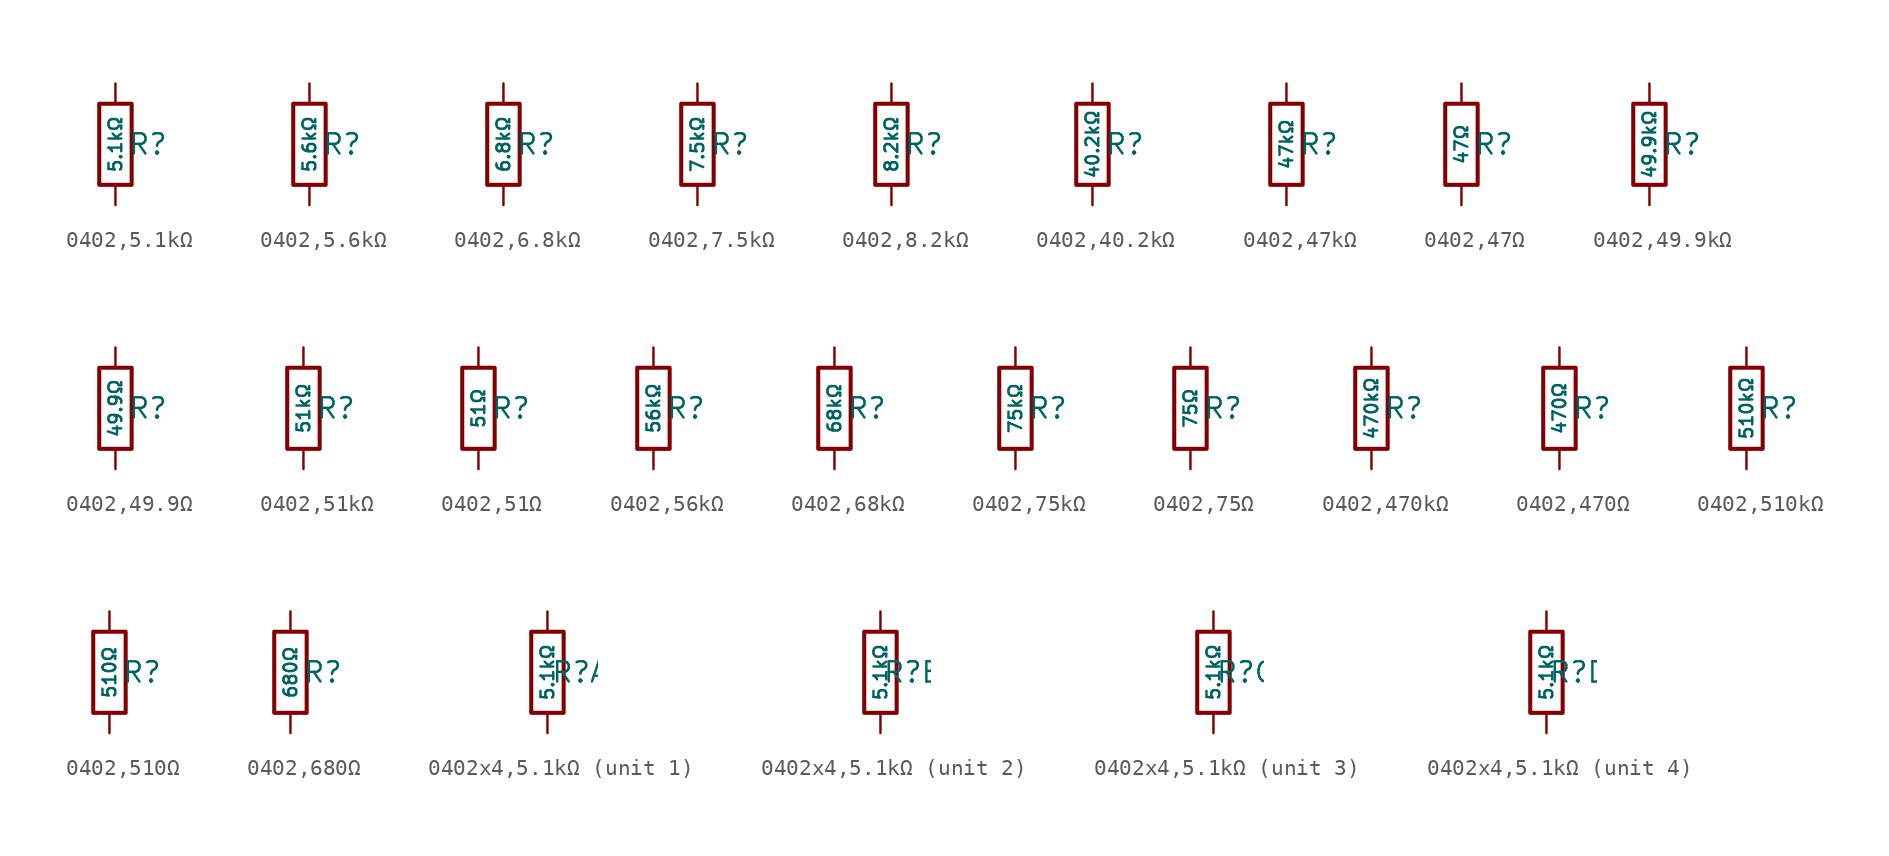
<source format=kicad_sym>
(kicad_symbol_lib
  (version 20231120)
  (generator "CDFER")
  (generator_version "8.0")
  (symbol "0402,5.1kΩ"
    (pin_numbers hide)
    (pin_names
      (offset 0))
    (property "Reference" "R"
      (at 2.032 0 0)
      (effects (font (size 1.27 1.27)) (hide no)))
    (property "Value" "5.1kΩ"
      (at 0 0 90)
      (do_not_autoplace)
      (effects (font (size 0.8 0.8)) (hide no)))
    (symbol "0402,5.1kΩ_0_1"
      (rectangle (start -1.016 2.54) (end 1.016 -2.54) (stroke (width 0.254) (type default)) (fill (type none))))
    (symbol "0402,5.1kΩ_1_1"
      (pin passive line (at 0 3.81 270) (length 1.27) (name "~" (effects (font (size 1.27 1.27)))) (number "1" (effects (font (size 1.27 1.27)))))
      (pin passive line (at 0 -3.81 90) (length 1.27) (name "~" (effects (font (size 1.27 1.27)))) (number "2" (effects (font (size 1.27 1.27)))))))
  (symbol "0402,5.6kΩ"
    (pin_numbers hide)
    (pin_names
      (offset 0))
    (property "Reference" "R"
      (at 2.032 0 0)
      (effects (font (size 1.27 1.27)) (hide no)))
    (property "Value" "5.6kΩ"
      (at 0 0 90)
      (do_not_autoplace)
      (effects (font (size 0.8 0.8)) (hide no)))
    (symbol "0402,5.6kΩ_0_1"
      (rectangle (start -1.016 2.54) (end 1.016 -2.54) (stroke (width 0.254) (type default)) (fill (type none))))
    (symbol "0402,5.6kΩ_1_1"
      (pin passive line (at 0 3.81 270) (length 1.27) (name "~" (effects (font (size 1.27 1.27)))) (number "1" (effects (font (size 1.27 1.27)))))
      (pin passive line (at 0 -3.81 90) (length 1.27) (name "~" (effects (font (size 1.27 1.27)))) (number "2" (effects (font (size 1.27 1.27)))))))
  (symbol "0402,6.8kΩ"
    (pin_numbers hide)
    (pin_names
      (offset 0))
    (property "Reference" "R"
      (at 2.032 0 0)
      (effects (font (size 1.27 1.27)) (hide no)))
    (property "Value" "6.8kΩ"
      (at 0 0 90)
      (do_not_autoplace)
      (effects (font (size 0.8 0.8)) (hide no)))
    (symbol "0402,6.8kΩ_0_1"
      (rectangle (start -1.016 2.54) (end 1.016 -2.54) (stroke (width 0.254) (type default)) (fill (type none))))
    (symbol "0402,6.8kΩ_1_1"
      (pin passive line (at 0 3.81 270) (length 1.27) (name "~" (effects (font (size 1.27 1.27)))) (number "1" (effects (font (size 1.27 1.27)))))
      (pin passive line (at 0 -3.81 90) (length 1.27) (name "~" (effects (font (size 1.27 1.27)))) (number "2" (effects (font (size 1.27 1.27)))))))
  (symbol "0402,7.5kΩ"
    (pin_numbers hide)
    (pin_names
      (offset 0))
    (property "Reference" "R"
      (at 2.032 0 0)
      (effects (font (size 1.27 1.27)) (hide no)))
    (property "Value" "7.5kΩ"
      (at 0 0 90)
      (do_not_autoplace)
      (effects (font (size 0.8 0.8)) (hide no)))
    (symbol "0402,7.5kΩ_0_1"
      (rectangle (start -1.016 2.54) (end 1.016 -2.54) (stroke (width 0.254) (type default)) (fill (type none))))
    (symbol "0402,7.5kΩ_1_1"
      (pin passive line (at 0 3.81 270) (length 1.27) (name "~" (effects (font (size 1.27 1.27)))) (number "1" (effects (font (size 1.27 1.27)))))
      (pin passive line (at 0 -3.81 90) (length 1.27) (name "~" (effects (font (size 1.27 1.27)))) (number "2" (effects (font (size 1.27 1.27)))))))
  (symbol "0402,8.2kΩ"
    (pin_numbers hide)
    (pin_names
      (offset 0))
    (property "Reference" "R"
      (at 2.032 0 0)
      (effects (font (size 1.27 1.27)) (hide no)))
    (property "Value" "8.2kΩ"
      (at 0 0 90)
      (do_not_autoplace)
      (effects (font (size 0.8 0.8)) (hide no)))
    (symbol "0402,8.2kΩ_0_1"
      (rectangle (start -1.016 2.54) (end 1.016 -2.54) (stroke (width 0.254) (type default)) (fill (type none))))
    (symbol "0402,8.2kΩ_1_1"
      (pin passive line (at 0 3.81 270) (length 1.27) (name "~" (effects (font (size 1.27 1.27)))) (number "1" (effects (font (size 1.27 1.27)))))
      (pin passive line (at 0 -3.81 90) (length 1.27) (name "~" (effects (font (size 1.27 1.27)))) (number "2" (effects (font (size 1.27 1.27)))))))
  (symbol "0402,40.2kΩ"
    (pin_numbers hide)
    (pin_names
      (offset 0))
    (property "Reference" "R"
      (at 2.032 0 0)
      (effects (font (size 1.27 1.27)) (hide no)))
    (property "Value" "40.2kΩ"
      (at 0 0 90)
      (do_not_autoplace)
      (effects (font (size 0.8 0.8)) (hide no)))
    (symbol "0402,40.2kΩ_0_1"
      (rectangle (start -1.016 2.54) (end 1.016 -2.54) (stroke (width 0.254) (type default)) (fill (type none))))
    (symbol "0402,40.2kΩ_1_1"
      (pin passive line (at 0 3.81 270) (length 1.27) (name "~" (effects (font (size 1.27 1.27)))) (number "1" (effects (font (size 1.27 1.27)))))
      (pin passive line (at 0 -3.81 90) (length 1.27) (name "~" (effects (font (size 1.27 1.27)))) (number "2" (effects (font (size 1.27 1.27)))))))
  (symbol "0402,47kΩ"
    (pin_numbers hide)
    (pin_names
      (offset 0))
    (property "Reference" "R"
      (at 2.032 0 0)
      (effects (font (size 1.27 1.27)) (hide no)))
    (property "Value" "47kΩ"
      (at 0 0 90)
      (do_not_autoplace)
      (effects (font (size 0.8 0.8)) (hide no)))
    (symbol "0402,47kΩ_0_1"
      (rectangle (start -1.016 2.54) (end 1.016 -2.54) (stroke (width 0.254) (type default)) (fill (type none))))
    (symbol "0402,47kΩ_1_1"
      (pin passive line (at 0 3.81 270) (length 1.27) (name "~" (effects (font (size 1.27 1.27)))) (number "1" (effects (font (size 1.27 1.27)))))
      (pin passive line (at 0 -3.81 90) (length 1.27) (name "~" (effects (font (size 1.27 1.27)))) (number "2" (effects (font (size 1.27 1.27)))))))
  (symbol "0402,47Ω"
    (pin_numbers hide)
    (pin_names
      (offset 0))
    (property "Reference" "R"
      (at 2.032 0 0)
      (effects (font (size 1.27 1.27)) (hide no)))
    (property "Value" "47Ω"
      (at 0 0 90)
      (do_not_autoplace)
      (effects (font (size 0.8 0.8)) (hide no)))
    (symbol "0402,47Ω_0_1"
      (rectangle (start -1.016 2.54) (end 1.016 -2.54) (stroke (width 0.254) (type default)) (fill (type none))))
    (symbol "0402,47Ω_1_1"
      (pin passive line (at 0 3.81 270) (length 1.27) (name "~" (effects (font (size 1.27 1.27)))) (number "1" (effects (font (size 1.27 1.27)))))
      (pin passive line (at 0 -3.81 90) (length 1.27) (name "~" (effects (font (size 1.27 1.27)))) (number "2" (effects (font (size 1.27 1.27)))))))
  (symbol "0402,49.9kΩ"
    (pin_numbers hide)
    (pin_names
      (offset 0))
    (property "Reference" "R"
      (at 2.032 0 0)
      (effects (font (size 1.27 1.27)) (hide no)))
    (property "Value" "49.9kΩ"
      (at 0 0 90)
      (do_not_autoplace)
      (effects (font (size 0.8 0.8)) (hide no)))
    (symbol "0402,49.9kΩ_0_1"
      (rectangle (start -1.016 2.54) (end 1.016 -2.54) (stroke (width 0.254) (type default)) (fill (type none))))
    (symbol "0402,49.9kΩ_1_1"
      (pin passive line (at 0 3.81 270) (length 1.27) (name "~" (effects (font (size 1.27 1.27)))) (number "1" (effects (font (size 1.27 1.27)))))
      (pin passive line (at 0 -3.81 90) (length 1.27) (name "~" (effects (font (size 1.27 1.27)))) (number "2" (effects (font (size 1.27 1.27)))))))
  (symbol "0402,49.9Ω"
    (pin_numbers hide)
    (pin_names
      (offset 0))
    (property "Reference" "R"
      (at 2.032 0 0)
      (effects (font (size 1.27 1.27)) (hide no)))
    (property "Value" "49.9Ω"
      (at 0 0 90)
      (do_not_autoplace)
      (effects (font (size 0.8 0.8)) (hide no)))
    (symbol "0402,49.9Ω_0_1"
      (rectangle (start -1.016 2.54) (end 1.016 -2.54) (stroke (width 0.254) (type default)) (fill (type none))))
    (symbol "0402,49.9Ω_1_1"
      (pin passive line (at 0 3.81 270) (length 1.27) (name "~" (effects (font (size 1.27 1.27)))) (number "1" (effects (font (size 1.27 1.27)))))
      (pin passive line (at 0 -3.81 90) (length 1.27) (name "~" (effects (font (size 1.27 1.27)))) (number "2" (effects (font (size 1.27 1.27)))))))
  (symbol "0402,51kΩ"
    (pin_numbers hide)
    (pin_names
      (offset 0))
    (property "Reference" "R"
      (at 2.032 0 0)
      (effects (font (size 1.27 1.27)) (hide no)))
    (property "Value" "51kΩ"
      (at 0 0 90)
      (do_not_autoplace)
      (effects (font (size 0.8 0.8)) (hide no)))
    (symbol "0402,51kΩ_0_1"
      (rectangle (start -1.016 2.54) (end 1.016 -2.54) (stroke (width 0.254) (type default)) (fill (type none))))
    (symbol "0402,51kΩ_1_1"
      (pin passive line (at 0 3.81 270) (length 1.27) (name "~" (effects (font (size 1.27 1.27)))) (number "1" (effects (font (size 1.27 1.27)))))
      (pin passive line (at 0 -3.81 90) (length 1.27) (name "~" (effects (font (size 1.27 1.27)))) (number "2" (effects (font (size 1.27 1.27)))))))
  (symbol "0402,51Ω"
    (pin_numbers hide)
    (pin_names
      (offset 0))
    (property "Reference" "R"
      (at 2.032 0 0)
      (effects (font (size 1.27 1.27)) (hide no)))
    (property "Value" "51Ω"
      (at 0 0 90)
      (do_not_autoplace)
      (effects (font (size 0.8 0.8)) (hide no)))
    (symbol "0402,51Ω_0_1"
      (rectangle (start -1.016 2.54) (end 1.016 -2.54) (stroke (width 0.254) (type default)) (fill (type none))))
    (symbol "0402,51Ω_1_1"
      (pin passive line (at 0 3.81 270) (length 1.27) (name "~" (effects (font (size 1.27 1.27)))) (number "1" (effects (font (size 1.27 1.27)))))
      (pin passive line (at 0 -3.81 90) (length 1.27) (name "~" (effects (font (size 1.27 1.27)))) (number "2" (effects (font (size 1.27 1.27)))))))
  (symbol "0402,56kΩ"
    (pin_numbers hide)
    (pin_names
      (offset 0))
    (property "Reference" "R"
      (at 2.032 0 0)
      (effects (font (size 1.27 1.27)) (hide no)))
    (property "Value" "56kΩ"
      (at 0 0 90)
      (do_not_autoplace)
      (effects (font (size 0.8 0.8)) (hide no)))
    (symbol "0402,56kΩ_0_1"
      (rectangle (start -1.016 2.54) (end 1.016 -2.54) (stroke (width 0.254) (type default)) (fill (type none))))
    (symbol "0402,56kΩ_1_1"
      (pin passive line (at 0 3.81 270) (length 1.27) (name "~" (effects (font (size 1.27 1.27)))) (number "1" (effects (font (size 1.27 1.27)))))
      (pin passive line (at 0 -3.81 90) (length 1.27) (name "~" (effects (font (size 1.27 1.27)))) (number "2" (effects (font (size 1.27 1.27)))))))
  (symbol "0402,68kΩ"
    (pin_numbers hide)
    (pin_names
      (offset 0))
    (property "Reference" "R"
      (at 2.032 0 0)
      (effects (font (size 1.27 1.27)) (hide no)))
    (property "Value" "68kΩ"
      (at 0 0 90)
      (do_not_autoplace)
      (effects (font (size 0.8 0.8)) (hide no)))
    (symbol "0402,68kΩ_0_1"
      (rectangle (start -1.016 2.54) (end 1.016 -2.54) (stroke (width 0.254) (type default)) (fill (type none))))
    (symbol "0402,68kΩ_1_1"
      (pin passive line (at 0 3.81 270) (length 1.27) (name "~" (effects (font (size 1.27 1.27)))) (number "1" (effects (font (size 1.27 1.27)))))
      (pin passive line (at 0 -3.81 90) (length 1.27) (name "~" (effects (font (size 1.27 1.27)))) (number "2" (effects (font (size 1.27 1.27)))))))
  (symbol "0402,75kΩ"
    (pin_numbers hide)
    (pin_names
      (offset 0))
    (property "Reference" "R"
      (at 2.032 0 0)
      (effects (font (size 1.27 1.27)) (hide no)))
    (property "Value" "75kΩ"
      (at 0 0 90)
      (do_not_autoplace)
      (effects (font (size 0.8 0.8)) (hide no)))
    (symbol "0402,75kΩ_0_1"
      (rectangle (start -1.016 2.54) (end 1.016 -2.54) (stroke (width 0.254) (type default)) (fill (type none))))
    (symbol "0402,75kΩ_1_1"
      (pin passive line (at 0 3.81 270) (length 1.27) (name "~" (effects (font (size 1.27 1.27)))) (number "1" (effects (font (size 1.27 1.27)))))
      (pin passive line (at 0 -3.81 90) (length 1.27) (name "~" (effects (font (size 1.27 1.27)))) (number "2" (effects (font (size 1.27 1.27)))))))
  (symbol "0402,75Ω"
    (pin_numbers hide)
    (pin_names
      (offset 0))
    (property "Reference" "R"
      (at 2.032 0 0)
      (effects (font (size 1.27 1.27)) (hide no)))
    (property "Value" "75Ω"
      (at 0 0 90)
      (do_not_autoplace)
      (effects (font (size 0.8 0.8)) (hide no)))
    (symbol "0402,75Ω_0_1"
      (rectangle (start -1.016 2.54) (end 1.016 -2.54) (stroke (width 0.254) (type default)) (fill (type none))))
    (symbol "0402,75Ω_1_1"
      (pin passive line (at 0 3.81 270) (length 1.27) (name "~" (effects (font (size 1.27 1.27)))) (number "1" (effects (font (size 1.27 1.27)))))
      (pin passive line (at 0 -3.81 90) (length 1.27) (name "~" (effects (font (size 1.27 1.27)))) (number "2" (effects (font (size 1.27 1.27)))))))
  (symbol "0402,470kΩ"
    (pin_numbers hide)
    (pin_names
      (offset 0))
    (property "Reference" "R"
      (at 2.032 0 0)
      (effects (font (size 1.27 1.27)) (hide no)))
    (property "Value" "470kΩ"
      (at 0 0 90)
      (do_not_autoplace)
      (effects (font (size 0.8 0.8)) (hide no)))
    (symbol "0402,470kΩ_0_1"
      (rectangle (start -1.016 2.54) (end 1.016 -2.54) (stroke (width 0.254) (type default)) (fill (type none))))
    (symbol "0402,470kΩ_1_1"
      (pin passive line (at 0 3.81 270) (length 1.27) (name "~" (effects (font (size 1.27 1.27)))) (number "1" (effects (font (size 1.27 1.27)))))
      (pin passive line (at 0 -3.81 90) (length 1.27) (name "~" (effects (font (size 1.27 1.27)))) (number "2" (effects (font (size 1.27 1.27)))))))
  (symbol "0402,470Ω"
    (pin_numbers hide)
    (pin_names
      (offset 0))
    (property "Reference" "R"
      (at 2.032 0 0)
      (effects (font (size 1.27 1.27)) (hide no)))
    (property "Value" "470Ω"
      (at 0 0 90)
      (do_not_autoplace)
      (effects (font (size 0.8 0.8)) (hide no)))
    (symbol "0402,470Ω_0_1"
      (rectangle (start -1.016 2.54) (end 1.016 -2.54) (stroke (width 0.254) (type default)) (fill (type none))))
    (symbol "0402,470Ω_1_1"
      (pin passive line (at 0 3.81 270) (length 1.27) (name "~" (effects (font (size 1.27 1.27)))) (number "1" (effects (font (size 1.27 1.27)))))
      (pin passive line (at 0 -3.81 90) (length 1.27) (name "~" (effects (font (size 1.27 1.27)))) (number "2" (effects (font (size 1.27 1.27)))))))
  (symbol "0402,510kΩ"
    (pin_numbers hide)
    (pin_names
      (offset 0))
    (property "Reference" "R"
      (at 2.032 0 0)
      (effects (font (size 1.27 1.27)) (hide no)))
    (property "Value" "510kΩ"
      (at 0 0 90)
      (do_not_autoplace)
      (effects (font (size 0.8 0.8)) (hide no)))
    (symbol "0402,510kΩ_0_1"
      (rectangle (start -1.016 2.54) (end 1.016 -2.54) (stroke (width 0.254) (type default)) (fill (type none))))
    (symbol "0402,510kΩ_1_1"
      (pin passive line (at 0 3.81 270) (length 1.27) (name "~" (effects (font (size 1.27 1.27)))) (number "1" (effects (font (size 1.27 1.27)))))
      (pin passive line (at 0 -3.81 90) (length 1.27) (name "~" (effects (font (size 1.27 1.27)))) (number "2" (effects (font (size 1.27 1.27)))))))
  (symbol "0402,510Ω"
    (pin_numbers hide)
    (pin_names
      (offset 0))
    (property "Reference" "R"
      (at 2.032 0 0)
      (effects (font (size 1.27 1.27)) (hide no)))
    (property "Value" "510Ω"
      (at 0 0 90)
      (do_not_autoplace)
      (effects (font (size 0.8 0.8)) (hide no)))
    (symbol "0402,510Ω_0_1"
      (rectangle (start -1.016 2.54) (end 1.016 -2.54) (stroke (width 0.254) (type default)) (fill (type none))))
    (symbol "0402,510Ω_1_1"
      (pin passive line (at 0 3.81 270) (length 1.27) (name "~" (effects (font (size 1.27 1.27)))) (number "1" (effects (font (size 1.27 1.27)))))
      (pin passive line (at 0 -3.81 90) (length 1.27) (name "~" (effects (font (size 1.27 1.27)))) (number "2" (effects (font (size 1.27 1.27)))))))
  (symbol "0402,680Ω"
    (pin_numbers hide)
    (pin_names
      (offset 0))
    (property "Reference" "R"
      (at 2.032 0 0)
      (effects (font (size 1.27 1.27)) (hide no)))
    (property "Value" "680Ω"
      (at 0 0 90)
      (do_not_autoplace)
      (effects (font (size 0.8 0.8)) (hide no)))
    (symbol "0402,680Ω_0_1"
      (rectangle (start -1.016 2.54) (end 1.016 -2.54) (stroke (width 0.254) (type default)) (fill (type none))))
    (symbol "0402,680Ω_1_1"
      (pin passive line (at 0 3.81 270) (length 1.27) (name "~" (effects (font (size 1.27 1.27)))) (number "1" (effects (font (size 1.27 1.27)))))
      (pin passive line (at 0 -3.81 90) (length 1.27) (name "~" (effects (font (size 1.27 1.27)))) (number "2" (effects (font (size 1.27 1.27)))))))
  (symbol "0402x4,5.1kΩ"
    (pin_numbers hide)
    (pin_names
      (offset 0))
    (property "Reference" "R"
      (at 2.032 0 0)
      (effects (font (size 1.27 1.27)) (hide no)))
    (property "Value" "5.1kΩ"
      (at 0 0 90)
      (do_not_autoplace)
      (effects (font (size 0.8 0.8)) (hide no)))
    (symbol "0402x4,5.1kΩ_0_1"
      (rectangle (start -1.016 2.54) (end 1.016 -2.54) (stroke (width 0.254) (type default)) (fill (type none))))
    (symbol "0402x4,5.1kΩ_1_1"
      (pin passive line (at 0 3.81 270) (length 1.27) (name "~" (effects (font (size 1.27 1.27)))) (number "1" (effects (font (size 1.27 1.27)))))
      (pin passive line (at 0 -3.81 90) (length 1.27) (name "~" (effects (font (size 1.27 1.27)))) (number "8" (effects (font (size 1.27 1.27))))))
    (symbol "0402x4,5.1kΩ_2_1"
      (pin passive line (at 0 3.81 270) (length 1.27) (name "~" (effects (font (size 1.27 1.27)))) (number "2" (effects (font (size 1.27 1.27)))))
      (pin passive line (at 0 -3.81 90) (length 1.27) (name "~" (effects (font (size 1.27 1.27)))) (number "7" (effects (font (size 1.27 1.27))))))
    (symbol "0402x4,5.1kΩ_3_1"
      (pin passive line (at 0 3.81 270) (length 1.27) (name "~" (effects (font (size 1.27 1.27)))) (number "3" (effects (font (size 1.27 1.27)))))
      (pin passive line (at 0 -3.81 90) (length 1.27) (name "~" (effects (font (size 1.27 1.27)))) (number "6" (effects (font (size 1.27 1.27))))))
    (symbol "0402x4,5.1kΩ_4_1"
      (pin passive line (at 0 3.81 270) (length 1.27) (name "~" (effects (font (size 1.27 1.27)))) (number "4" (effects (font (size 1.27 1.27)))))
      (pin passive line (at 0 -3.81 90) (length 1.27) (name "~" (effects (font (size 1.27 1.27)))) (number "5" (effects (font (size 1.27 1.27))))))))
</source>
